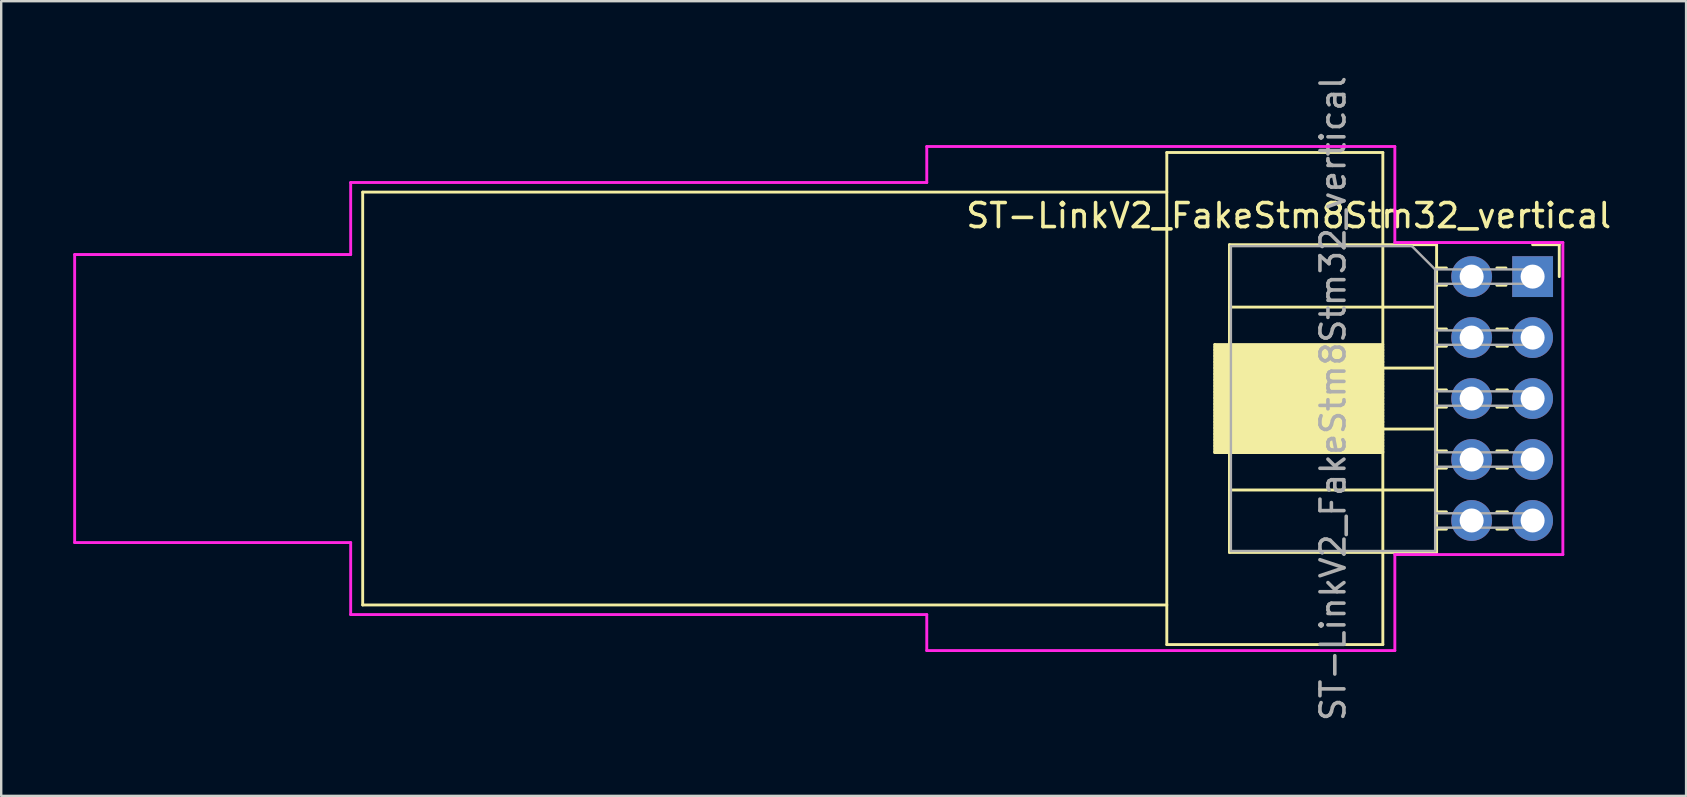
<source format=kicad_pcb>
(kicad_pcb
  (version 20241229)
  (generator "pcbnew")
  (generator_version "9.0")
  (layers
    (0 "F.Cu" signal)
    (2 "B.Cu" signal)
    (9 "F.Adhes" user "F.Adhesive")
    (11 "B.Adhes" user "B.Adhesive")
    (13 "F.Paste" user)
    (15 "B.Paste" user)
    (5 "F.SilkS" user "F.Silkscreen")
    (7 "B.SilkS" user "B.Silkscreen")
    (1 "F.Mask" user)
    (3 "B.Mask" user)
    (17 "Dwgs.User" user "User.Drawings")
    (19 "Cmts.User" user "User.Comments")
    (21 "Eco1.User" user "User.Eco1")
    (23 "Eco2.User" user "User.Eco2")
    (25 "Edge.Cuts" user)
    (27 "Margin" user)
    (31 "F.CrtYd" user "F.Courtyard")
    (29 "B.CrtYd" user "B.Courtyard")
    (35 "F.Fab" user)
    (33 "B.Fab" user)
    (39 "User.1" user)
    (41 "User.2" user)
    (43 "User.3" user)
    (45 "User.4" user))
  (footprint "ST-LinkV2_FakeStm8Stm32_vertical"
    (layer "F.Cu")
    (at 45.56 13.554)
    (property "Reference" "ST-LinkV2_FakeStm8Stm32_vertical" (at 5.08 -7.62 0) (layer "F.SilkS") (effects (font (size 1 1) (thickness 0.15))))
    (attr through_hole)
    (fp_line (start -33.5 -8.6) (end -33.5 8.6) (stroke (width 0.12) (type solid)) (layer "F.SilkS"))
    (fp_line (start -33.5 -8.6) (end 0 -8.6) (stroke (width 0.12) (type solid)) (layer "F.SilkS"))
    (fp_line (start -33.5 8.6) (end 0 8.6) (stroke (width 0.12) (type solid)) (layer "F.SilkS"))
    (fp_line (start 0 -10.25) (end 0 10.25) (stroke (width 0.12) (type solid)) (layer "F.SilkS"))
    (fp_line (start 0 -10.25) (end 9 -10.25) (stroke (width 0.12) (type solid)) (layer "F.SilkS"))
    (fp_line (start 0 10.25) (end 9 10.25) (stroke (width 0.12) (type solid)) (layer "F.SilkS"))
    (fp_line (start 2 -2.25) (end 2 2.25) (stroke (width 0.12) (type solid)) (layer "F.SilkS"))
    (fp_line (start 2 -2.25) (end 9 -2.25) (stroke (width 0.12) (type solid)) (layer "F.SilkS"))
    (fp_line (start 2 -2.15) (end 9 -2.15) (stroke (width 0.12) (type solid)) (layer "F.SilkS"))
    (fp_line (start 2 -2.05) (end 9 -2.05) (stroke (width 0.12) (type solid)) (layer "F.SilkS"))
    (fp_line (start 2 -2) (end 9 -2) (stroke (width 0.12) (type solid)) (layer "F.SilkS"))
    (fp_line (start 2 -1.9) (end 9 -1.9) (stroke (width 0.12) (type solid)) (layer "F.SilkS"))
    (fp_line (start 2 -1.8) (end 9 -1.8) (stroke (width 0.12) (type solid)) (layer "F.SilkS"))
    (fp_line (start 2 -1.75) (end 9 -1.75) (stroke (width 0.12) (type solid)) (layer "F.SilkS"))
    (fp_line (start 2 -1.65) (end 9 -1.65) (stroke (width 0.12) (type solid)) (layer "F.SilkS"))
    (fp_line (start 2 -1.55) (end 9 -1.55) (stroke (width 0.12) (type solid)) (layer "F.SilkS"))
    (fp_line (start 2 -1.5) (end 9 -1.5) (stroke (width 0.12) (type solid)) (layer "F.SilkS"))
    (fp_line (start 2 -1.4) (end 9 -1.4) (stroke (width 0.12) (type solid)) (layer "F.SilkS"))
    (fp_line (start 2 -1.3) (end 9 -1.3) (stroke (width 0.12) (type solid)) (layer "F.SilkS"))
    (fp_line (start 2 -1.25) (end 9 -1.25) (stroke (width 0.12) (type solid)) (layer "F.SilkS"))
    (fp_line (start 2 -1.15) (end 9 -1.15) (stroke (width 0.12) (type solid)) (layer "F.SilkS"))
    (fp_line (start 2 -1.05) (end 9 -1.05) (stroke (width 0.12) (type solid)) (layer "F.SilkS"))
    (fp_line (start 2 -1) (end 9 -1) (stroke (width 0.12) (type solid)) (layer "F.SilkS"))
    (fp_line (start 2 -0.9) (end 9 -0.9) (stroke (width 0.12) (type solid)) (layer "F.SilkS"))
    (fp_line (start 2 -0.8) (end 9 -0.8) (stroke (width 0.12) (type solid)) (layer "F.SilkS"))
    (fp_line (start 2 -0.75) (end 9 -0.75) (stroke (width 0.12) (type solid)) (layer "F.SilkS"))
    (fp_line (start 2 -0.65) (end 9 -0.65) (stroke (width 0.12) (type solid)) (layer "F.SilkS"))
    (fp_line (start 2 -0.55) (end 9 -0.55) (stroke (width 0.12) (type solid)) (layer "F.SilkS"))
    (fp_line (start 2 -0.5) (end 9 -0.5) (stroke (width 0.12) (type solid)) (layer "F.SilkS"))
    (fp_line (start 2 -0.4) (end 9 -0.4) (stroke (width 0.12) (type solid)) (layer "F.SilkS"))
    (fp_line (start 2 -0.3) (end 9 -0.3) (stroke (width 0.12) (type solid)) (layer "F.SilkS"))
    (fp_line (start 2 -0.25) (end 9 -0.25) (stroke (width 0.12) (type solid)) (layer "F.SilkS"))
    (fp_line (start 2 -0.15) (end 9 -0.15) (stroke (width 0.12) (type solid)) (layer "F.SilkS"))
    (fp_line (start 2 -0.05) (end 9 -0.05) (stroke (width 0.12) (type solid)) (layer "F.SilkS"))
    (fp_line (start 2 0) (end 9 0) (stroke (width 0.12) (type solid)) (layer "F.SilkS"))
    (fp_line (start 2 0.1) (end 9 0.1) (stroke (width 0.12) (type solid)) (layer "F.SilkS"))
    (fp_line (start 2 0.2) (end 9 0.2) (stroke (width 0.12) (type solid)) (layer "F.SilkS"))
    (fp_line (start 2 0.25) (end 9 0.25) (stroke (width 0.12) (type solid)) (layer "F.SilkS"))
    (fp_line (start 2 0.35) (end 9 0.35) (stroke (width 0.12) (type solid)) (layer "F.SilkS"))
    (fp_line (start 2 0.45) (end 9 0.45) (stroke (width 0.12) (type solid)) (layer "F.SilkS"))
    (fp_line (start 2 0.5) (end 9 0.5) (stroke (width 0.12) (type solid)) (layer "F.SilkS"))
    (fp_line (start 2 0.6) (end 9 0.6) (stroke (width 0.12) (type solid)) (layer "F.SilkS"))
    (fp_line (start 2 0.7) (end 9 0.7) (stroke (width 0.12) (type solid)) (layer "F.SilkS"))
    (fp_line (start 2 0.75) (end 9 0.75) (stroke (width 0.12) (type solid)) (layer "F.SilkS"))
    (fp_line (start 2 0.85) (end 9 0.85) (stroke (width 0.12) (type solid)) (layer "F.SilkS"))
    (fp_line (start 2 0.95) (end 9 0.95) (stroke (width 0.12) (type solid)) (layer "F.SilkS"))
    (fp_line (start 2 1) (end 9 1) (stroke (width 0.12) (type solid)) (layer "F.SilkS"))
    (fp_line (start 2 1.1) (end 9 1.1) (stroke (width 0.12) (type solid)) (layer "F.SilkS"))
    (fp_line (start 2 1.2) (end 9 1.2) (stroke (width 0.12) (type solid)) (layer "F.SilkS"))
    (fp_line (start 2 1.25) (end 9 1.25) (stroke (width 0.12) (type solid)) (layer "F.SilkS"))
    (fp_line (start 2 1.35) (end 9 1.35) (stroke (width 0.12) (type solid)) (layer "F.SilkS"))
    (fp_line (start 2 1.45) (end 9 1.45) (stroke (width 0.12) (type solid)) (layer "F.SilkS"))
    (fp_line (start 2 1.5) (end 9 1.5) (stroke (width 0.12) (type solid)) (layer "F.SilkS"))
    (fp_line (start 2 1.6) (end 9 1.6) (stroke (width 0.12) (type solid)) (layer "F.SilkS"))
    (fp_line (start 2 1.7) (end 9 1.7) (stroke (width 0.12) (type solid)) (layer "F.SilkS"))
    (fp_line (start 2 1.75) (end 9 1.75) (stroke (width 0.12) (type solid)) (layer "F.SilkS"))
    (fp_line (start 2 1.85) (end 9 1.85) (stroke (width 0.12) (type solid)) (layer "F.SilkS"))
    (fp_line (start 2 1.95) (end 9 1.95) (stroke (width 0.12) (type solid)) (layer "F.SilkS"))
    (fp_line (start 2 2) (end 9 2) (stroke (width 0.12) (type solid)) (layer "F.SilkS"))
    (fp_line (start 2 2.1) (end 9 2.1) (stroke (width 0.12) (type solid)) (layer "F.SilkS"))
    (fp_line (start 2 2.2) (end 9 2.2) (stroke (width 0.12) (type solid)) (layer "F.SilkS"))
    (fp_line (start 2 2.25) (end 9 2.25) (stroke (width 0.12) (type solid)) (layer "F.SilkS"))
    (fp_line (start 2.61 -6.41) (end 2.61 6.41) (stroke (width 0.12) (type solid)) (layer "F.SilkS"))
    (fp_line (start 2.61 -6.41) (end 11.24 -6.41) (stroke (width 0.12) (type solid)) (layer "F.SilkS"))
    (fp_line (start 2.61 -3.81) (end 11.24 -3.81) (stroke (width 0.12) (type solid)) (layer "F.SilkS"))
    (fp_line (start 2.61 -1.27) (end 11.24 -1.27) (stroke (width 0.12) (type solid)) (layer "F.SilkS"))
    (fp_line (start 2.61 1.27) (end 11.24 1.27) (stroke (width 0.12) (type solid)) (layer "F.SilkS"))
    (fp_line (start 2.61 3.81) (end 11.24 3.81) (stroke (width 0.12) (type solid)) (layer "F.SilkS"))
    (fp_line (start 2.61 6.41) (end 11.24 6.41) (stroke (width 0.12) (type solid)) (layer "F.SilkS"))
    (fp_line (start 9 -10.25) (end 9 10.25) (stroke (width 0.12) (type solid)) (layer "F.SilkS"))
    (fp_line (start 11.24 -6.41) (end 11.24 6.41) (stroke (width 0.12) (type solid)) (layer "F.SilkS"))
    (fp_line (start 11.24 -5.44) (end 11.65 -5.44) (stroke (width 0.12) (type solid)) (layer "F.SilkS"))
    (fp_line (start 11.24 -4.72) (end 11.65 -4.72) (stroke (width 0.12) (type solid)) (layer "F.SilkS"))
    (fp_line (start 11.24 -2.9) (end 11.65 -2.9) (stroke (width 0.12) (type solid)) (layer "F.SilkS"))
    (fp_line (start 11.24 -2.18) (end 11.65 -2.18) (stroke (width 0.12) (type solid)) (layer "F.SilkS"))
    (fp_line (start 11.24 -0.36) (end 11.65 -0.36) (stroke (width 0.12) (type solid)) (layer "F.SilkS"))
    (fp_line (start 11.24 0.36) (end 11.65 0.36) (stroke (width 0.12) (type solid)) (layer "F.SilkS"))
    (fp_line (start 11.24 2.18) (end 11.65 2.18) (stroke (width 0.12) (type solid)) (layer "F.SilkS"))
    (fp_line (start 11.24 2.9) (end 11.65 2.9) (stroke (width 0.12) (type solid)) (layer "F.SilkS"))
    (fp_line (start 11.24 4.72) (end 11.65 4.72) (stroke (width 0.12) (type solid)) (layer "F.SilkS"))
    (fp_line (start 11.24 5.44) (end 11.65 5.44) (stroke (width 0.12) (type solid)) (layer "F.SilkS"))
    (fp_line (start 13.75 -5.44) (end 14.13 -5.44) (stroke (width 0.12) (type solid)) (layer "F.SilkS"))
    (fp_line (start 13.75 -4.72) (end 14.13 -4.72) (stroke (width 0.12) (type solid)) (layer "F.SilkS"))
    (fp_line (start 13.75 -2.9) (end 14.19 -2.9) (stroke (width 0.12) (type solid)) (layer "F.SilkS"))
    (fp_line (start 13.75 -2.18) (end 14.19 -2.18) (stroke (width 0.12) (type solid)) (layer "F.SilkS"))
    (fp_line (start 13.75 -0.36) (end 14.19 -0.36) (stroke (width 0.12) (type solid)) (layer "F.SilkS"))
    (fp_line (start 13.75 0.36) (end 14.19 0.36) (stroke (width 0.12) (type solid)) (layer "F.SilkS"))
    (fp_line (start 13.75 2.18) (end 14.19 2.18) (stroke (width 0.12) (type solid)) (layer "F.SilkS"))
    (fp_line (start 13.75 2.9) (end 14.19 2.9) (stroke (width 0.12) (type solid)) (layer "F.SilkS"))
    (fp_line (start 13.75 4.72) (end 14.19 4.72) (stroke (width 0.12) (type solid)) (layer "F.SilkS"))
    (fp_line (start 13.75 5.44) (end 14.19 5.44) (stroke (width 0.12) (type solid)) (layer "F.SilkS"))
    (fp_line (start 15.24 -6.41) (end 16.35 -6.41) (stroke (width 0.12) (type solid)) (layer "F.SilkS"))
    (fp_line (start 16.35 -6.41) (end 16.35 -5.08) (stroke (width 0.12) (type solid)) (layer "F.SilkS"))
    (fp_line (start -45.5 -6) (end -45.5 6) (stroke (width 0.12) (type solid)) (layer "F.CrtYd"))
    (fp_line (start -45.5 -6) (end -34 -6) (stroke (width 0.12) (type solid)) (layer "F.CrtYd"))
    (fp_line (start -45.5 6) (end -34 6) (stroke (width 0.12) (type solid)) (layer "F.CrtYd"))
    (fp_line (start -34 -9) (end -34 -6) (stroke (width 0.12) (type solid)) (layer "F.CrtYd"))
    (fp_line (start -34 -9) (end -10 -9) (stroke (width 0.12) (type solid)) (layer "F.CrtYd"))
    (fp_line (start -34 6) (end -34 9) (stroke (width 0.12) (type solid)) (layer "F.CrtYd"))
    (fp_line (start -34 9) (end -10 9) (stroke (width 0.12) (type solid)) (layer "F.CrtYd"))
    (fp_line (start -10 -10.5) (end -10 -9) (stroke (width 0.12) (type solid)) (layer "F.CrtYd"))
    (fp_line (start -10 -10.5) (end 9.5 -10.5) (stroke (width 0.12) (type solid)) (layer "F.CrtYd"))
    (fp_line (start -10 9) (end -10 10.5) (stroke (width 0.12) (type solid)) (layer "F.CrtYd"))
    (fp_line (start -10 10.5) (end 9.5 10.5) (stroke (width 0.12) (type solid)) (layer "F.CrtYd"))
    (fp_line (start 9.5 -6.5) (end 9.5 -10.5) (stroke (width 0.12) (type solid)) (layer "F.CrtYd"))
    (fp_line (start 9.5 10.5) (end 9.5 6.5) (stroke (width 0.12) (type solid)) (layer "F.CrtYd"))
    (fp_line (start 16.5 -6.5) (end 9.5 -6.5) (stroke (width 0.12) (type solid)) (layer "F.CrtYd"))
    (fp_line (start 16.5 -6.5) (end 16.5 6.5) (stroke (width 0.12) (type solid)) (layer "F.CrtYd"))
    (fp_line (start 16.5 6.5) (end 9.5 6.5) (stroke (width 0.12) (type solid)) (layer "F.CrtYd"))
    (fp_line (start 2.67 -6.35) (end 10.21 -6.35) (stroke (width 0.1) (type solid)) (layer "F.Fab"))
    (fp_line (start 2.67 6.35) (end 2.67 -6.35) (stroke (width 0.1) (type solid)) (layer "F.Fab"))
    (fp_line (start 10.21 -6.35) (end 11.18 -5.38) (stroke (width 0.1) (type solid)) (layer "F.Fab"))
    (fp_line (start 11.18 -5.38) (end 11.18 6.35) (stroke (width 0.1) (type solid)) (layer "F.Fab"))
    (fp_line (start 11.18 -4.78) (end 15.24 -4.78) (stroke (width 0.1) (type solid)) (layer "F.Fab"))
    (fp_line (start 11.18 -2.24) (end 15.24 -2.24) (stroke (width 0.1) (type solid)) (layer "F.Fab"))
    (fp_line (start 11.18 0.3) (end 15.24 0.3) (stroke (width 0.1) (type solid)) (layer "F.Fab"))
    (fp_line (start 11.18 2.84) (end 15.24 2.84) (stroke (width 0.1) (type solid)) (layer "F.Fab"))
    (fp_line (start 11.18 5.38) (end 15.24 5.38) (stroke (width 0.1) (type solid)) (layer "F.Fab"))
    (fp_line (start 11.18 6.35) (end 2.67 6.35) (stroke (width 0.1) (type solid)) (layer "F.Fab"))
    (fp_line (start 15.24 -5.38) (end 11.18 -5.38) (stroke (width 0.1) (type solid)) (layer "F.Fab"))
    (fp_line (start 15.24 -4.78) (end 15.24 -5.38) (stroke (width 0.1) (type solid)) (layer "F.Fab"))
    (fp_line (start 15.24 -2.84) (end 11.18 -2.84) (stroke (width 0.1) (type solid)) (layer "F.Fab"))
    (fp_line (start 15.24 -2.24) (end 15.24 -2.84) (stroke (width 0.1) (type solid)) (layer "F.Fab"))
    (fp_line (start 15.24 -0.3) (end 11.18 -0.3) (stroke (width 0.1) (type solid)) (layer "F.Fab"))
    (fp_line (start 15.24 0.3) (end 15.24 -0.3) (stroke (width 0.1) (type solid)) (layer "F.Fab"))
    (fp_line (start 15.24 2.24) (end 11.18 2.24) (stroke (width 0.1) (type solid)) (layer "F.Fab"))
    (fp_line (start 15.24 2.84) (end 15.24 2.24) (stroke (width 0.1) (type solid)) (layer "F.Fab"))
    (fp_line (start 15.24 4.78) (end 11.18 4.78) (stroke (width 0.1) (type solid)) (layer "F.Fab"))
    (fp_line (start 15.24 5.38) (end 15.24 4.78) (stroke (width 0.1) (type solid)) (layer "F.Fab"))
    (fp_text user "${REFERENCE}" (at 6.925 0 90) (layer "F.Fab") (effects (font (size 1 1) (thickness 0.15))))
    (pad "1" thru_hole rect (at 15.24 -5.08) (size 1.7 1.7) (drill 1) (layers "*.Cu" "*.Mask"))
    (pad "2" thru_hole oval (at 12.7 -5.08) (size 1.7 1.7) (drill 1) (layers "*.Cu" "*.Mask"))
    (pad "3" thru_hole oval (at 15.24 -2.54) (size 1.7 1.7) (drill 1) (layers "*.Cu" "*.Mask"))
    (pad "4" thru_hole oval (at 12.7 -2.54) (size 1.7 1.7) (drill 1) (layers "*.Cu" "*.Mask"))
    (pad "5" thru_hole oval (at 15.24 0) (size 1.7 1.7) (drill 1) (layers "*.Cu" "*.Mask"))
    (pad "6" thru_hole oval (at 12.7 0) (size 1.7 1.7) (drill 1) (layers "*.Cu" "*.Mask"))
    (pad "7" thru_hole oval (at 15.24 2.54) (size 1.7 1.7) (drill 1) (layers "*.Cu" "*.Mask"))
    (pad "8" thru_hole oval (at 12.7 2.54) (size 1.7 1.7) (drill 1) (layers "*.Cu" "*.Mask"))
    (pad "9" thru_hole oval (at 15.24 5.08) (size 1.7 1.7) (drill 1) (layers "*.Cu" "*.Mask"))
    (pad "10" thru_hole oval (at 12.7 5.08) (size 1.7 1.7) (drill 1) (layers "*.Cu" "*.Mask")))
  (gr_rect
    (start -3 -3)
    (end 67.194 30.107)
    (stroke (width 0.1) (type default))
    (fill no)
    (layer "Edge.Cuts")))
</source>
